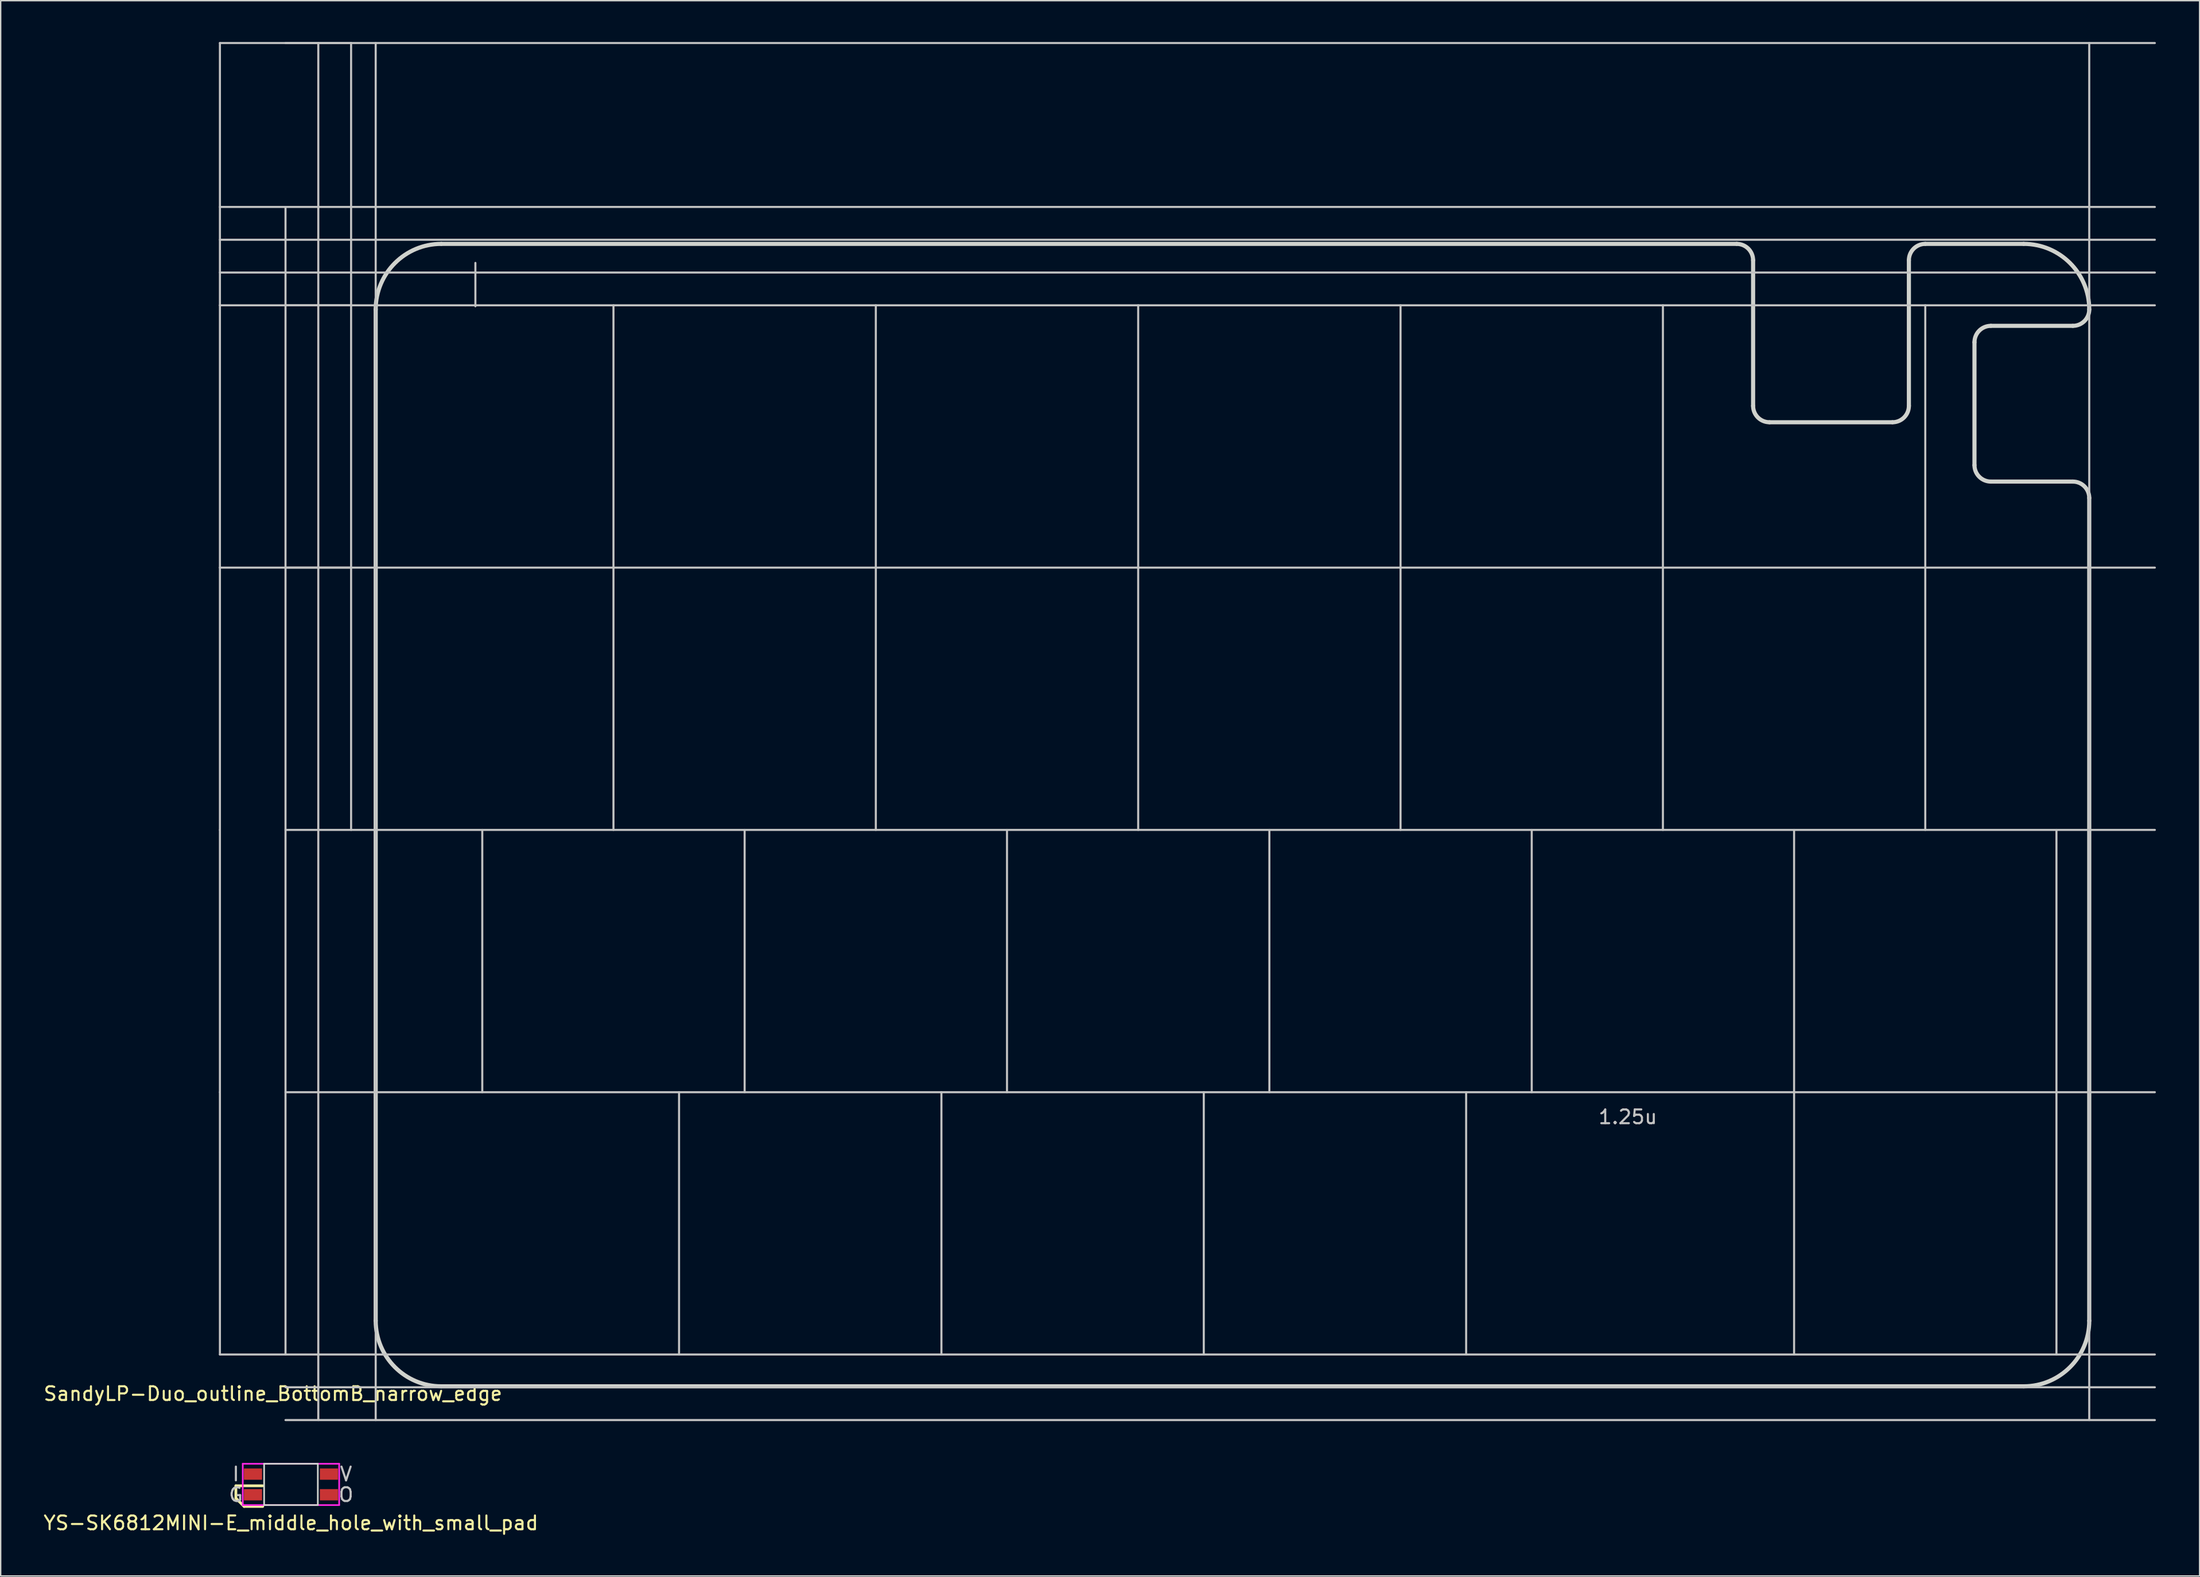
<source format=kicad_pcb>
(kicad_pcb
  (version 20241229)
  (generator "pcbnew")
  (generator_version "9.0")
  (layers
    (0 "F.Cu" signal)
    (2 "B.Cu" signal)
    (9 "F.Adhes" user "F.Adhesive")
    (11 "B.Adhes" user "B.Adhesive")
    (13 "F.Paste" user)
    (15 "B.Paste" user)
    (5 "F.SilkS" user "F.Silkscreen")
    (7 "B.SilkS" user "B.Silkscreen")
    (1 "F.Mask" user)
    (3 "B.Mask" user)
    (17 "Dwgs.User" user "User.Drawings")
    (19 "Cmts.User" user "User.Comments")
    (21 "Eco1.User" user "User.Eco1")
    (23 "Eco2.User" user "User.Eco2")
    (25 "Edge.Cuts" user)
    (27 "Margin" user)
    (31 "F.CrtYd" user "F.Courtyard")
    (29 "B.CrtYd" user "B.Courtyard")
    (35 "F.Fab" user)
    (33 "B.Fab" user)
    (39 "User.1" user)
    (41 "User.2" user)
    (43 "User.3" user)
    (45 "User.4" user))
  (footprint "SandyLP-Duo_outline_BottomB_narrow_edge"
    (layer "F.Cu")
    (at 153.412 66.75)
    (property "Reference" "SandyLP-Duo_outline_BottomB_narrow_edge" (at -136.644 31.425 0) (layer "F.SilkS") (effects (font (size 1 1) (thickness 0.15))))
    (attr through_hole)
    (fp_line (start -140.494 -66.675) (end -130.969 -66.675) (stroke (width 0.15) (type solid)) (layer "Dwgs.User"))
    (fp_line (start -140.494 -47.625) (end -140.494 -66.675) (stroke (width 0.15) (type solid)) (layer "Dwgs.User"))
    (fp_line (start -140.494 -47.625) (end -130.969 -47.625) (stroke (width 0.15) (type solid)) (layer "Dwgs.User"))
    (fp_line (start -140.494 -28.575) (end -140.494 -47.625) (stroke (width 0.15) (type solid)) (layer "Dwgs.User"))
    (fp_line (start -140.494 -28.575) (end -130.969 -28.575) (stroke (width 0.15) (type solid)) (layer "Dwgs.User"))
    (fp_line (start -140.494 -9.525) (end -140.494 -28.575) (stroke (width 0.15) (type solid)) (layer "Dwgs.User"))
    (fp_line (start -140.494 9.525) (end -140.494 -9.525) (stroke (width 0.15) (type solid)) (layer "Dwgs.User"))
    (fp_line (start -140.494 28.575) (end -140.494 9.525) (stroke (width 0.15) (type solid)) (layer "Dwgs.User"))
    (fp_line (start -135.731 28.575) (end -135.731 -54.769) (stroke (width 0.15) (type solid)) (layer "Dwgs.User"))
    (fp_line (start -133.35 33.337) (end -133.35 -66.675) (stroke (width 0.15) (type solid)) (layer "Dwgs.User"))
    (fp_line (start -130.969 -47.625) (end -130.969 -66.675) (stroke (width 0.15) (type solid)) (layer "Dwgs.User"))
    (fp_line (start -130.969 -28.575) (end -130.969 -47.625) (stroke (width 0.15) (type solid)) (layer "Dwgs.User"))
    (fp_line (start -130.969 -9.525) (end -130.969 -28.575) (stroke (width 0.15) (type solid)) (layer "Dwgs.User"))
    (fp_line (start -129.183 33.338) (end -129.183 -66.675) (stroke (width 0.15) (type solid)) (layer "Dwgs.User"))
    (fp_line (start -121.944 -50.706) (end -121.944 -47.556) (stroke (width 0.15) (type solid)) (layer "Dwgs.User"))
    (fp_line (start -121.444 9.525) (end -121.444 -9.525) (stroke (width 0.15) (type solid)) (layer "Dwgs.User"))
    (fp_line (start -111.919 -28.575) (end -111.919 -47.625) (stroke (width 0.15) (type solid)) (layer "Dwgs.User"))
    (fp_line (start -111.919 -9.525) (end -111.919 -28.575) (stroke (width 0.15) (type solid)) (layer "Dwgs.User"))
    (fp_line (start -107.156 28.575) (end -107.156 9.525) (stroke (width 0.15) (type solid)) (layer "Dwgs.User"))
    (fp_line (start -102.394 9.525) (end -102.394 -9.525) (stroke (width 0.15) (type solid)) (layer "Dwgs.User"))
    (fp_line (start -92.869 -28.575) (end -92.869 -47.625) (stroke (width 0.15) (type solid)) (layer "Dwgs.User"))
    (fp_line (start -92.869 -9.525) (end -92.869 -28.575) (stroke (width 0.15) (type solid)) (layer "Dwgs.User"))
    (fp_line (start -88.106 28.575) (end -88.106 9.525) (stroke (width 0.15) (type solid)) (layer "Dwgs.User"))
    (fp_line (start -83.344 9.525) (end -83.344 -9.525) (stroke (width 0.15) (type solid)) (layer "Dwgs.User"))
    (fp_line (start -73.819 -28.575) (end -73.819 -47.625) (stroke (width 0.15) (type solid)) (layer "Dwgs.User"))
    (fp_line (start -73.819 -9.525) (end -73.819 -28.575) (stroke (width 0.15) (type solid)) (layer "Dwgs.User"))
    (fp_line (start -69.056 28.575) (end -69.056 9.525) (stroke (width 0.15) (type solid)) (layer "Dwgs.User"))
    (fp_line (start -64.294 9.525) (end -64.294 -9.525) (stroke (width 0.15) (type solid)) (layer "Dwgs.User"))
    (fp_line (start -54.769 -28.575) (end -54.769 -47.625) (stroke (width 0.15) (type solid)) (layer "Dwgs.User"))
    (fp_line (start -54.769 -9.525) (end -54.769 -28.575) (stroke (width 0.15) (type solid)) (layer "Dwgs.User"))
    (fp_line (start -50.006 28.575) (end -50.006 9.525) (stroke (width 0.15) (type solid)) (layer "Dwgs.User"))
    (fp_line (start -45.244 9.525) (end -45.244 -9.525) (stroke (width 0.15) (type solid)) (layer "Dwgs.User"))
    (fp_line (start -35.719 -28.575) (end -35.719 -47.625) (stroke (width 0.15) (type solid)) (layer "Dwgs.User"))
    (fp_line (start -35.719 -9.525) (end -35.719 -28.575) (stroke (width 0.15) (type solid)) (layer "Dwgs.User"))
    (fp_line (start -26.194 9.525) (end -26.194 -9.525) (stroke (width 0.15) (type solid)) (layer "Dwgs.User"))
    (fp_line (start -26.194 28.575) (end -26.194 9.525) (stroke (width 0.15) (type solid)) (layer "Dwgs.User"))
    (fp_line (start -16.669 -28.575) (end -16.669 -47.625) (stroke (width 0.15) (type solid)) (layer "Dwgs.User"))
    (fp_line (start -16.669 -9.525) (end -16.669 -28.575) (stroke (width 0.15) (type solid)) (layer "Dwgs.User"))
    (fp_line (start -7.144 9.525) (end -7.144 -9.525) (stroke (width 0.15) (type solid)) (layer "Dwgs.User"))
    (fp_line (start -7.144 28.575) (end -7.144 9.525) (stroke (width 0.15) (type solid)) (layer "Dwgs.User"))
    (fp_line (start -4.763 33.337) (end -4.763 -66.675) (stroke (width 0.15) (type solid)) (layer "Dwgs.User"))
    (fp_line (start 0 -66.675) (end -135.731 -66.675) (stroke (width 0.15) (type solid)) (layer "Dwgs.User"))
    (fp_line (start 0 -54.769) (end -140.494 -54.769) (stroke (width 0.15) (type solid)) (layer "Dwgs.User"))
    (fp_line (start 0 -52.388) (end -140.494 -52.388) (stroke (width 0.15) (type solid)) (layer "Dwgs.User"))
    (fp_line (start 0 -50.006) (end -140.494 -50.006) (stroke (width 0.15) (type solid)) (layer "Dwgs.User"))
    (fp_line (start 0 -47.625) (end -135.731 -47.625) (stroke (width 0.15) (type solid)) (layer "Dwgs.User"))
    (fp_line (start 0 -28.575) (end -135.731 -28.575) (stroke (width 0.15) (type solid)) (layer "Dwgs.User"))
    (fp_line (start 0 -9.525) (end -135.731 -9.525) (stroke (width 0.15) (type solid)) (layer "Dwgs.User"))
    (fp_line (start 0 9.525) (end -135.731 9.525) (stroke (width 0.15) (type solid)) (layer "Dwgs.User"))
    (fp_line (start 0 28.575) (end -140.494 28.575) (stroke (width 0.15) (type solid)) (layer "Dwgs.User"))
    (fp_line (start 0 30.956) (end -135.731 30.956) (stroke (width 0.15) (type solid)) (layer "Dwgs.User"))
    (fp_line (start 0 33.337) (end -135.731 33.337) (stroke (width 0.15) (type solid)) (layer "Dwgs.User"))
    (fp_line (start -129.183 26.123) (end -129.183 -47.325) (stroke (width 0.3) (type solid)) (layer "Edge.Cuts"))
    (fp_line (start -30.361 -52.088) (end -124.42 -52.088) (stroke (width 0.3) (type solid)) (layer "Edge.Cuts"))
    (fp_line (start -29.17 -40.323) (end -29.17 -50.897) (stroke (width 0.3) (type default)) (layer "Edge.Cuts"))
    (fp_line (start -19.05 -39.133) (end -27.98 -39.133) (stroke (width 0.3) (type default)) (layer "Edge.Cuts"))
    (fp_line (start -17.859 -50.897) (end -17.859 -40.323) (stroke (width 0.3) (type default)) (layer "Edge.Cuts"))
    (fp_line (start -13.097 -36.014) (end -13.097 -44.944) (stroke (width 0.3) (type default)) (layer "Edge.Cuts"))
    (fp_line (start -11.906 -46.134) (end -5.953 -46.134) (stroke (width 0.3) (type default)) (layer "Edge.Cuts"))
    (fp_line (start -9.525 -52.088) (end -16.669 -52.088) (stroke (width 0.3) (type solid)) (layer "Edge.Cuts"))
    (fp_line (start -9.525 30.886) (end -124.42 30.886) (stroke (width 0.3) (type solid)) (layer "Edge.Cuts"))
    (fp_line (start -5.953 -34.823) (end -11.906 -34.823) (stroke (width 0.3) (type default)) (layer "Edge.Cuts"))
    (fp_line (start -4.763 26.123) (end -4.763 -33.633) (stroke (width 0.3) (type solid)) (layer "Edge.Cuts"))
    (fp_arc (start -129.182921 -47.32504) (mid -127.788017 -50.692636) (end -124.420421 -52.08754) (stroke (width 0.3) (type default)) (layer "Edge.Cuts"))
    (fp_arc (start -124.420421 30.885971) (mid -127.788017 29.491067) (end -129.182921 26.123471) (stroke (width 0.3) (type default)) (layer "Edge.Cuts"))
    (fp_arc (start -30.360962 -52.08754) (mid -29.519063 -51.738814) (end -29.170337 -50.896915) (stroke (width 0.3) (type default)) (layer "Edge.Cuts"))
    (fp_arc (start -27.979712 -39.132524) (mid -28.821611 -39.48125) (end -29.170337 -40.323149) (stroke (width 0.3) (type default)) (layer "Edge.Cuts"))
    (fp_arc (start -17.859375 -50.896915) (mid -17.510649 -51.738814) (end -16.66875 -52.08754) (stroke (width 0.3) (type default)) (layer "Edge.Cuts"))
    (fp_arc (start -17.859375 -40.323149) (mid -18.208101 -39.48125) (end -19.05 -39.132524) (stroke (width 0.3) (type default)) (layer "Edge.Cuts"))
    (fp_arc (start -13.096885 -44.94379) (mid -12.748159 -45.785689) (end -11.90626 -46.134415) (stroke (width 0.3) (type default)) (layer "Edge.Cuts"))
    (fp_arc (start -11.90626 -34.823453) (mid -12.748159 -35.172179) (end -13.096885 -36.014078) (stroke (width 0.3) (type default)) (layer "Edge.Cuts"))
    (fp_arc (start -9.525004 -52.08754) (mid -6.15741 -50.692634) (end -4.762504 -47.32504) (stroke (width 0.3) (type default)) (layer "Edge.Cuts"))
    (fp_arc (start -5.953129 -34.823453) (mid -5.11123 -34.474727) (end -4.762504 -33.632828) (stroke (width 0.3) (type default)) (layer "Edge.Cuts"))
    (fp_arc (start -4.762504 -47.32504) (mid -5.11123 -46.483141) (end -5.953129 -46.134415) (stroke (width 0.3) (type default)) (layer "Edge.Cuts"))
    (fp_arc (start -4.762504 26.123471) (mid -6.157413 29.491062) (end -9.525004 30.885971) (stroke (width 0.3) (type default)) (layer "Edge.Cuts"))
    (fp_text user "1.25u" (at -40.481 11.906 0) (unlocked yes) (layer "Dwgs.User") (effects (font (size 1 1) (thickness 0.15)) (justify left bottom))))
  (footprint "YS-SK6812MINI-E_middle_hole_with_small_pad"
    (layer "F.Cu")
    (at 18.077 104.761)
    (property "Reference" "YS-SK6812MINI-E_middle_hole_with_small_pad" (at 0 2.8 0) (layer "F.SilkS") (effects (font (size 1 1) (thickness 0.15))))
    (attr smd)
    (fp_line (start -4 0.1) (end -4 1) (stroke (width 0.2) (type solid)) (layer "F.SilkS"))
    (fp_line (start -4 1) (end -3.4 1.6) (stroke (width 0.2) (type solid)) (layer "F.SilkS"))
    (fp_line (start -3.4 1.6) (end -2.05 1.6) (stroke (width 0.2) (type solid)) (layer "F.SilkS"))
    (fp_line (start -2.05 0.1) (end -4 0.1) (stroke (width 0.2) (type solid)) (layer "F.SilkS"))
    (fp_line (start -1.95 -1.5) (end -1.95 1.5) (stroke (width 0.12) (type solid)) (layer "Edge.Cuts"))
    (fp_line (start -1.95 1.5) (end 1.95 1.5) (stroke (width 0.12) (type solid)) (layer "Edge.Cuts"))
    (fp_line (start 1.95 -1.5) (end -1.95 -1.5) (stroke (width 0.12) (type solid)) (layer "Edge.Cuts"))
    (fp_line (start 1.95 1.5) (end 1.95 -1.5) (stroke (width 0.12) (type solid)) (layer "Edge.Cuts"))
    (fp_line (start -3.5 -1.5) (end -3.5 1.5) (stroke (width 0.12) (type solid)) (layer "F.CrtYd"))
    (fp_line (start -3.5 1.5) (end 3.5 1.5) (stroke (width 0.12) (type solid)) (layer "F.CrtYd"))
    (fp_line (start 3.5 -1.5) (end -3.5 -1.5) (stroke (width 0.12) (type solid)) (layer "F.CrtYd"))
    (fp_line (start 3.5 1.5) (end 3.5 -1.5) (stroke (width 0.12) (type solid)) (layer "F.CrtYd"))
    (fp_text user "O" (at 4 0.75 0) (layer "Dwgs.User") (effects (font (size 1 1) (thickness 0.15))))
    (fp_text user "V" (at 4 -0.75 0) (layer "Dwgs.User") (effects (font (size 1 1) (thickness 0.15))))
    (fp_text user "G" (at -4 0.75 0) (layer "Dwgs.User") (effects (font (size 1 1) (thickness 0.15))))
    (fp_text user "I" (at -4 -0.75 0) (layer "Dwgs.User") (effects (font (size 1 1) (thickness 0.15))))
    (pad "1" smd rect (at 2.758 -0.75) (size 1.316 0.82) (layers "F.Cu" "F.Mask" "F.Paste"))
    (pad "2" smd rect (at 2.758 0.75) (size 1.316 0.82) (layers "F.Cu" "F.Mask" "F.Paste"))
    (pad "3" smd rect (at -2.758 0.75) (size 1.316 0.82) (layers "F.Cu" "F.Mask" "F.Paste"))
    (pad "4" smd rect (at -2.758 -0.75) (size 1.316 0.82) (layers "F.Cu" "F.Mask" "F.Paste")))
  (gr_rect
    (start -3 -3)
    (end 156.662 111.409)
    (stroke (width 0.1) (type default))
    (fill no)
    (layer "Edge.Cuts")))
</source>
